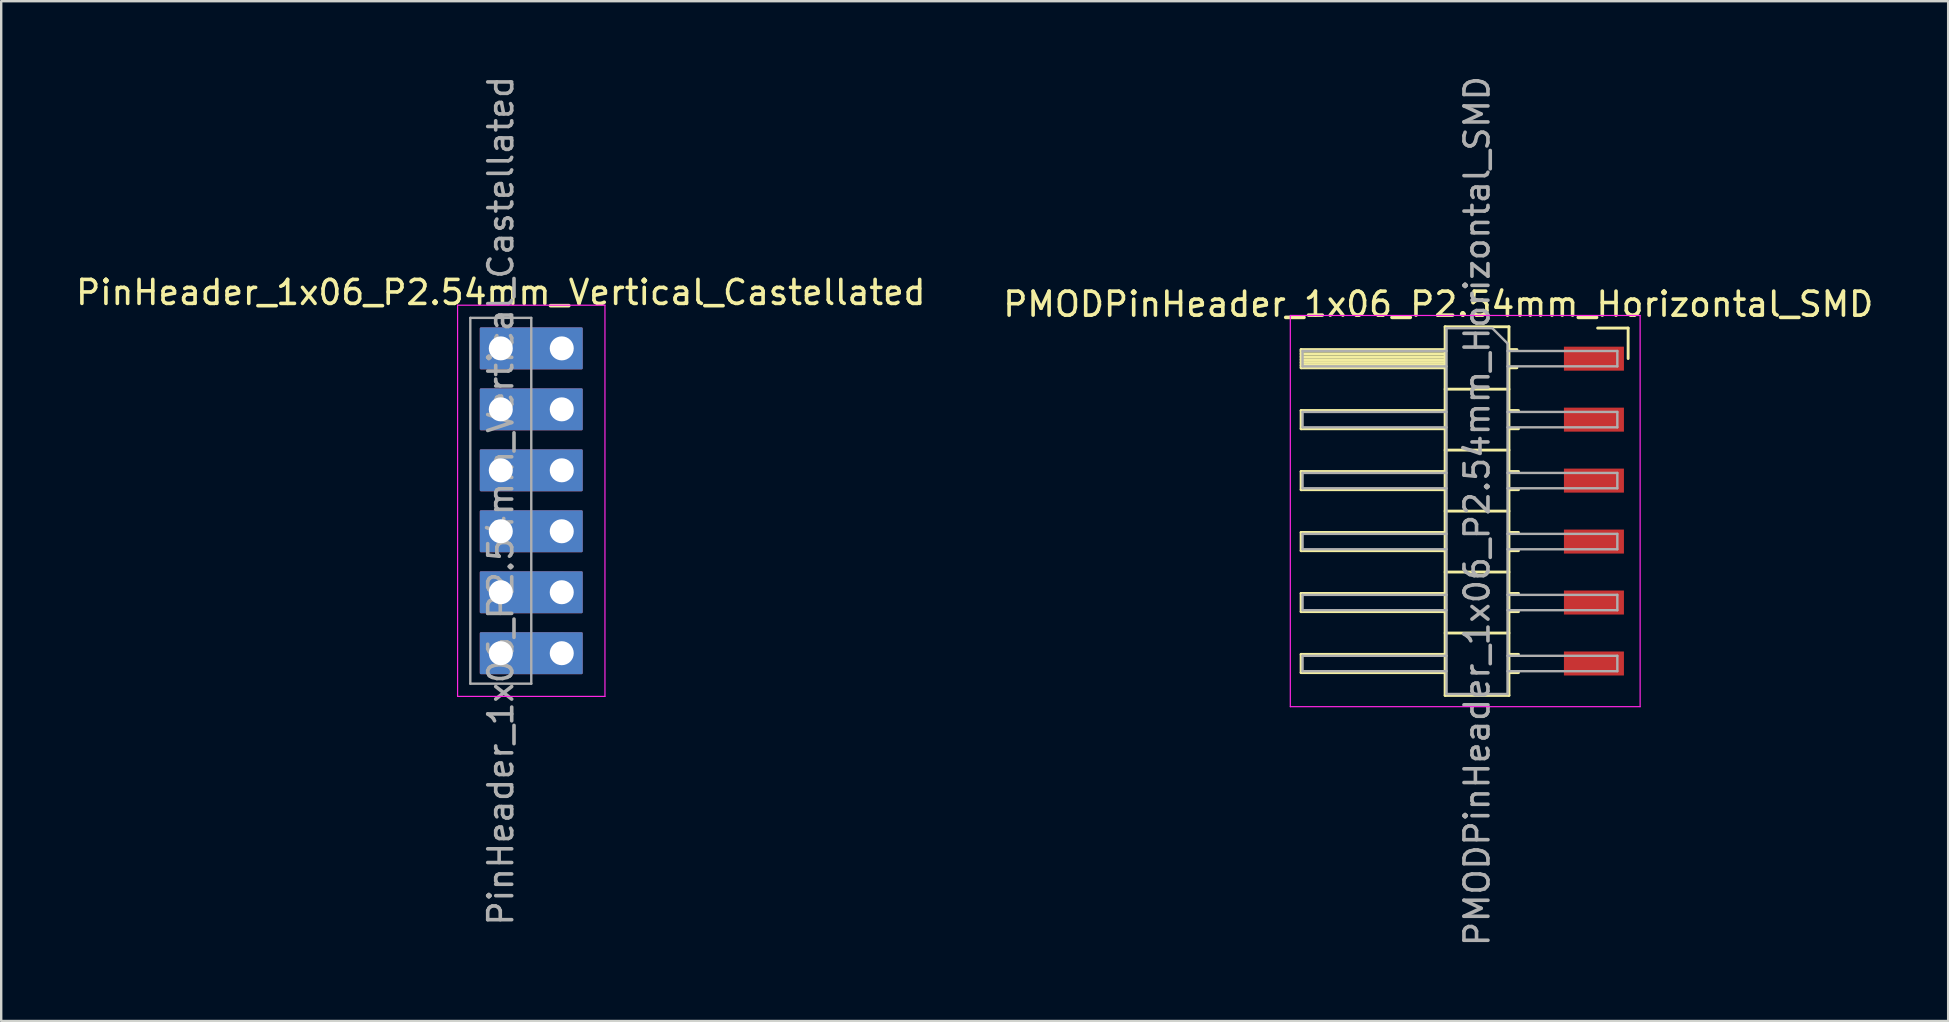
<source format=kicad_pcb>
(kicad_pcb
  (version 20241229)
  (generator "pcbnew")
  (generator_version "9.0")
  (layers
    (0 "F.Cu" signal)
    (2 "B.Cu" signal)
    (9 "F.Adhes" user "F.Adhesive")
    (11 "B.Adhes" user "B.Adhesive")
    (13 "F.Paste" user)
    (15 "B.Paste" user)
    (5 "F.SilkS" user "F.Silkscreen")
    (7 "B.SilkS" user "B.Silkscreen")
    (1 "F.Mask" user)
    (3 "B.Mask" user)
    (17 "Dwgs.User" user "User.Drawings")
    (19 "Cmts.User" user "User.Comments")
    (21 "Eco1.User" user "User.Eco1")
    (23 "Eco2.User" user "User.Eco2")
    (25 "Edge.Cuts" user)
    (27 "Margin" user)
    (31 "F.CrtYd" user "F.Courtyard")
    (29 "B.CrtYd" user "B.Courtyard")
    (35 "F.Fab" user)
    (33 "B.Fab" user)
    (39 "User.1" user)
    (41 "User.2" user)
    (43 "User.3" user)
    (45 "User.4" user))
  (footprint "PMODPinHeader_1x06_P2.54mm_Horizontal_SMD"
    (layer "F.Cu")
    (at 61.26 11.894)
    (property "Reference" "PMODPinHeader_1x06_P2.54mm_Horizontal_SMD" (at -4.385 -2.27 0) (layer "F.SilkS") (effects (font (size 1 1) (thickness 0.15))))
    (attr through_hole)
    (fp_line (start -10.1 -0.38) (end -10.1 0.38) (stroke (width 0.12) (type solid)) (layer "F.SilkS"))
    (fp_line (start -10.1 0.38) (end -4.1 0.38) (stroke (width 0.12) (type solid)) (layer "F.SilkS"))
    (fp_line (start -10.1 2.16) (end -10.1 2.92) (stroke (width 0.12) (type solid)) (layer "F.SilkS"))
    (fp_line (start -10.1 2.92) (end -4.1 2.92) (stroke (width 0.12) (type solid)) (layer "F.SilkS"))
    (fp_line (start -10.1 4.7) (end -10.1 5.46) (stroke (width 0.12) (type solid)) (layer "F.SilkS"))
    (fp_line (start -10.1 5.46) (end -4.1 5.46) (stroke (width 0.12) (type solid)) (layer "F.SilkS"))
    (fp_line (start -10.1 7.24) (end -10.1 8) (stroke (width 0.12) (type solid)) (layer "F.SilkS"))
    (fp_line (start -10.1 8) (end -4.1 8) (stroke (width 0.12) (type solid)) (layer "F.SilkS"))
    (fp_line (start -10.1 9.78) (end -10.1 10.54) (stroke (width 0.12) (type solid)) (layer "F.SilkS"))
    (fp_line (start -10.1 10.54) (end -4.1 10.54) (stroke (width 0.12) (type solid)) (layer "F.SilkS"))
    (fp_line (start -10.1 12.32) (end -10.1 13.08) (stroke (width 0.12) (type solid)) (layer "F.SilkS"))
    (fp_line (start -10.1 13.08) (end -4.1 13.08) (stroke (width 0.12) (type solid)) (layer "F.SilkS"))
    (fp_line (start -4.1 -1.33) (end -1.44 -1.33) (stroke (width 0.12) (type solid)) (layer "F.SilkS"))
    (fp_line (start -4.1 -0.38) (end -10.1 -0.38) (stroke (width 0.12) (type solid)) (layer "F.SilkS"))
    (fp_line (start -4.1 -0.32) (end -10.1 -0.32) (stroke (width 0.12) (type solid)) (layer "F.SilkS"))
    (fp_line (start -4.1 -0.2) (end -10.1 -0.2) (stroke (width 0.12) (type solid)) (layer "F.SilkS"))
    (fp_line (start -4.1 -0.08) (end -10.1 -0.08) (stroke (width 0.12) (type solid)) (layer "F.SilkS"))
    (fp_line (start -4.1 0.04) (end -10.1 0.04) (stroke (width 0.12) (type solid)) (layer "F.SilkS"))
    (fp_line (start -4.1 0.16) (end -10.1 0.16) (stroke (width 0.12) (type solid)) (layer "F.SilkS"))
    (fp_line (start -4.1 0.28) (end -10.1 0.28) (stroke (width 0.12) (type solid)) (layer "F.SilkS"))
    (fp_line (start -4.1 2.16) (end -10.1 2.16) (stroke (width 0.12) (type solid)) (layer "F.SilkS"))
    (fp_line (start -4.1 4.7) (end -10.1 4.7) (stroke (width 0.12) (type solid)) (layer "F.SilkS"))
    (fp_line (start -4.1 7.24) (end -10.1 7.24) (stroke (width 0.12) (type solid)) (layer "F.SilkS"))
    (fp_line (start -4.1 9.78) (end -10.1 9.78) (stroke (width 0.12) (type solid)) (layer "F.SilkS"))
    (fp_line (start -4.1 12.32) (end -10.1 12.32) (stroke (width 0.12) (type solid)) (layer "F.SilkS"))
    (fp_line (start -4.1 14.03) (end -4.1 -1.33) (stroke (width 0.12) (type solid)) (layer "F.SilkS"))
    (fp_line (start -1.44 -1.33) (end -1.44 14.03) (stroke (width 0.12) (type solid)) (layer "F.SilkS"))
    (fp_line (start -1.44 1.27) (end -4.1 1.27) (stroke (width 0.12) (type solid)) (layer "F.SilkS"))
    (fp_line (start -1.44 3.81) (end -4.1 3.81) (stroke (width 0.12) (type solid)) (layer "F.SilkS"))
    (fp_line (start -1.44 6.35) (end -4.1 6.35) (stroke (width 0.12) (type solid)) (layer "F.SilkS"))
    (fp_line (start -1.44 8.89) (end -4.1 8.89) (stroke (width 0.12) (type solid)) (layer "F.SilkS"))
    (fp_line (start -1.44 11.43) (end -4.1 11.43) (stroke (width 0.12) (type solid)) (layer "F.SilkS"))
    (fp_line (start -1.44 14.03) (end -4.1 14.03) (stroke (width 0.12) (type solid)) (layer "F.SilkS"))
    (fp_line (start -1.11 -0.38) (end -1.44 -0.38) (stroke (width 0.12) (type solid)) (layer "F.SilkS"))
    (fp_line (start -1.11 0.38) (end -1.44 0.38) (stroke (width 0.12) (type solid)) (layer "F.SilkS"))
    (fp_line (start -1.043 2.16) (end -1.44 2.16) (stroke (width 0.12) (type solid)) (layer "F.SilkS"))
    (fp_line (start -1.043 2.92) (end -1.44 2.92) (stroke (width 0.12) (type solid)) (layer "F.SilkS"))
    (fp_line (start -1.043 4.7) (end -1.44 4.7) (stroke (width 0.12) (type solid)) (layer "F.SilkS"))
    (fp_line (start -1.043 5.46) (end -1.44 5.46) (stroke (width 0.12) (type solid)) (layer "F.SilkS"))
    (fp_line (start -1.043 7.24) (end -1.44 7.24) (stroke (width 0.12) (type solid)) (layer "F.SilkS"))
    (fp_line (start -1.043 8) (end -1.44 8) (stroke (width 0.12) (type solid)) (layer "F.SilkS"))
    (fp_line (start -1.043 9.78) (end -1.44 9.78) (stroke (width 0.12) (type solid)) (layer "F.SilkS"))
    (fp_line (start -1.043 10.54) (end -1.44 10.54) (stroke (width 0.12) (type solid)) (layer "F.SilkS"))
    (fp_line (start -1.043 12.32) (end -1.44 12.32) (stroke (width 0.12) (type solid)) (layer "F.SilkS"))
    (fp_line (start -1.043 13.08) (end -1.44 13.08) (stroke (width 0.12) (type solid)) (layer "F.SilkS"))
    (fp_line (start 3.525 -1.275) (end 2.255 -1.275) (stroke (width 0.12) (type solid)) (layer "F.SilkS"))
    (fp_line (start 3.525 -0.005) (end 3.525 -1.275) (stroke (width 0.12) (type solid)) (layer "F.SilkS"))
    (fp_line (start -10.55 -1.8) (end 4.025 -1.8) (stroke (width 0.05) (type solid)) (layer "F.CrtYd"))
    (fp_line (start -10.55 14.5) (end -10.55 -1.8) (stroke (width 0.05) (type solid)) (layer "F.CrtYd"))
    (fp_line (start 4.025 -1.8) (end 4.025 14.5) (stroke (width 0.05) (type solid)) (layer "F.CrtYd"))
    (fp_line (start 4.025 14.5) (end -10.55 14.5) (stroke (width 0.05) (type solid)) (layer "F.CrtYd"))
    (fp_line (start -10.04 -0.32) (end -10.04 0.32) (stroke (width 0.1) (type solid)) (layer "F.Fab"))
    (fp_line (start -10.04 2.22) (end -10.04 2.86) (stroke (width 0.1) (type solid)) (layer "F.Fab"))
    (fp_line (start -10.04 4.76) (end -10.04 5.4) (stroke (width 0.1) (type solid)) (layer "F.Fab"))
    (fp_line (start -10.04 7.3) (end -10.04 7.94) (stroke (width 0.1) (type solid)) (layer "F.Fab"))
    (fp_line (start -10.04 9.84) (end -10.04 10.48) (stroke (width 0.1) (type solid)) (layer "F.Fab"))
    (fp_line (start -10.04 12.38) (end -10.04 13.02) (stroke (width 0.1) (type solid)) (layer "F.Fab"))
    (fp_line (start -4.04 -1.27) (end -4.04 13.97) (stroke (width 0.1) (type solid)) (layer "F.Fab"))
    (fp_line (start -4.04 -0.32) (end -10.04 -0.32) (stroke (width 0.1) (type solid)) (layer "F.Fab"))
    (fp_line (start -4.04 0.32) (end -10.04 0.32) (stroke (width 0.1) (type solid)) (layer "F.Fab"))
    (fp_line (start -4.04 2.22) (end -10.04 2.22) (stroke (width 0.1) (type solid)) (layer "F.Fab"))
    (fp_line (start -4.04 2.86) (end -10.04 2.86) (stroke (width 0.1) (type solid)) (layer "F.Fab"))
    (fp_line (start -4.04 4.76) (end -10.04 4.76) (stroke (width 0.1) (type solid)) (layer "F.Fab"))
    (fp_line (start -4.04 5.4) (end -10.04 5.4) (stroke (width 0.1) (type solid)) (layer "F.Fab"))
    (fp_line (start -4.04 7.3) (end -10.04 7.3) (stroke (width 0.1) (type solid)) (layer "F.Fab"))
    (fp_line (start -4.04 7.94) (end -10.04 7.94) (stroke (width 0.1) (type solid)) (layer "F.Fab"))
    (fp_line (start -4.04 9.84) (end -10.04 9.84) (stroke (width 0.1) (type solid)) (layer "F.Fab"))
    (fp_line (start -4.04 10.48) (end -10.04 10.48) (stroke (width 0.1) (type solid)) (layer "F.Fab"))
    (fp_line (start -4.04 12.38) (end -10.04 12.38) (stroke (width 0.1) (type solid)) (layer "F.Fab"))
    (fp_line (start -4.04 13.02) (end -10.04 13.02) (stroke (width 0.1) (type solid)) (layer "F.Fab"))
    (fp_line (start -4.04 13.97) (end -1.5 13.97) (stroke (width 0.1) (type solid)) (layer "F.Fab"))
    (fp_line (start -2.135 -1.27) (end -4.04 -1.27) (stroke (width 0.1) (type solid)) (layer "F.Fab"))
    (fp_line (start -1.5 -0.635) (end -2.135 -1.27) (stroke (width 0.1) (type solid)) (layer "F.Fab"))
    (fp_line (start -1.5 13.97) (end -1.5 -0.635) (stroke (width 0.1) (type solid)) (layer "F.Fab"))
    (fp_line (start 3.075 -0.32) (end -1.5 -0.32) (stroke (width 0.1) (type solid)) (layer "F.Fab"))
    (fp_line (start 3.075 -0.32) (end 3.075 0.32) (stroke (width 0.1) (type solid)) (layer "F.Fab"))
    (fp_line (start 3.075 0.32) (end -1.5 0.32) (stroke (width 0.1) (type solid)) (layer "F.Fab"))
    (fp_line (start 3.075 2.22) (end -1.5 2.22) (stroke (width 0.1) (type solid)) (layer "F.Fab"))
    (fp_line (start 3.075 2.22) (end 3.075 2.86) (stroke (width 0.1) (type solid)) (layer "F.Fab"))
    (fp_line (start 3.075 2.86) (end -1.5 2.86) (stroke (width 0.1) (type solid)) (layer "F.Fab"))
    (fp_line (start 3.075 4.76) (end -1.5 4.76) (stroke (width 0.1) (type solid)) (layer "F.Fab"))
    (fp_line (start 3.075 4.76) (end 3.075 5.4) (stroke (width 0.1) (type solid)) (layer "F.Fab"))
    (fp_line (start 3.075 5.4) (end -1.5 5.4) (stroke (width 0.1) (type solid)) (layer "F.Fab"))
    (fp_line (start 3.075 7.3) (end -1.5 7.3) (stroke (width 0.1) (type solid)) (layer "F.Fab"))
    (fp_line (start 3.075 7.3) (end 3.075 7.94) (stroke (width 0.1) (type solid)) (layer "F.Fab"))
    (fp_line (start 3.075 7.94) (end -1.5 7.94) (stroke (width 0.1) (type solid)) (layer "F.Fab"))
    (fp_line (start 3.075 9.84) (end -1.5 9.84) (stroke (width 0.1) (type solid)) (layer "F.Fab"))
    (fp_line (start 3.075 9.84) (end 3.075 10.48) (stroke (width 0.1) (type solid)) (layer "F.Fab"))
    (fp_line (start 3.075 10.48) (end -1.5 10.48) (stroke (width 0.1) (type solid)) (layer "F.Fab"))
    (fp_line (start 3.075 12.38) (end -1.5 12.38) (stroke (width 0.1) (type solid)) (layer "F.Fab"))
    (fp_line (start 3.075 12.38) (end 3.075 13.02) (stroke (width 0.1) (type solid)) (layer "F.Fab"))
    (fp_line (start 3.075 13.02) (end -1.5 13.02) (stroke (width 0.1) (type solid)) (layer "F.Fab"))
    (fp_text user "${REFERENCE}" (at -2.77 6.35 90) (layer "F.Fab") (effects (font (size 1 1) (thickness 0.15))))
    (pad "1" smd rect (at 2.1 0 90) (size 1 2.5) (layers "F.Cu" "F.Mask" "F.Paste"))
    (pad "2" smd rect (at 2.1 2.54 90) (size 1 2.5) (layers "F.Cu" "F.Mask" "F.Paste"))
    (pad "3" smd rect (at 2.1 5.08 90) (size 1 2.5) (layers "F.Cu" "F.Mask" "F.Paste"))
    (pad "4" smd rect (at 2.1 7.62 90) (size 1 2.5) (layers "F.Cu" "F.Mask" "F.Paste"))
    (pad "5" smd rect (at 2.1 10.16 90) (size 1 2.5) (layers "F.Cu" "F.Mask" "F.Paste"))
    (pad "6" smd rect (at 2.1 12.7 90) (size 1 2.5) (layers "F.Cu" "F.Mask" "F.Paste")))
  (footprint "PinHeader_1x06_P2.54mm_Vertical_Castellated"
    (layer "F.Cu")
    (at 17.815 11.465)
    (property "Reference" "PinHeader_1x06_P2.54mm_Vertical_Castellated" (at 0 -2.33 0) (layer "F.SilkS") (effects (font (size 1 1) (thickness 0.15))))
    (attr through_hole)
    (fp_poly (pts (xy -0.826 -0.826) (xy 3.365 -0.826) (xy 3.365 0.826) (xy -0.826 0.826)) (stroke (width 0.1) (type solid)) (fill yes) (layer "F.Cu"))
    (fp_poly (pts (xy -0.826 1.714) (xy 3.365 1.714) (xy 3.365 3.365) (xy -0.826 3.365)) (stroke (width 0.1) (type solid)) (fill yes) (layer "F.Cu"))
    (fp_poly (pts (xy -0.826 4.255) (xy 3.365 4.255) (xy 3.365 5.905) (xy -0.826 5.905)) (stroke (width 0.1) (type solid)) (fill yes) (layer "F.Cu"))
    (fp_poly (pts (xy -0.826 6.795) (xy 3.365 6.795) (xy 3.365 8.445) (xy -0.826 8.445)) (stroke (width 0.1) (type solid)) (fill yes) (layer "F.Cu"))
    (fp_poly (pts (xy -0.826 9.335) (xy 3.365 9.335) (xy 3.365 10.986) (xy -0.826 10.986)) (stroke (width 0.1) (type solid)) (fill yes) (layer "F.Cu"))
    (fp_poly (pts (xy -0.826 11.874) (xy 3.365 11.874) (xy 3.365 13.525) (xy -0.826 13.525)) (stroke (width 0.1) (type solid)) (fill yes) (layer "F.Cu"))
    (fp_poly (pts (xy -0.826 -0.826) (xy 3.365 -0.826) (xy 3.365 0.826) (xy -0.826 0.826)) (stroke (width 0.1) (type solid)) (fill yes) (layer "F.Mask"))
    (fp_poly (pts (xy -0.826 1.714) (xy 3.365 1.714) (xy 3.365 3.365) (xy -0.826 3.365)) (stroke (width 0.1) (type solid)) (fill yes) (layer "F.Mask"))
    (fp_poly (pts (xy -0.826 4.255) (xy 3.365 4.255) (xy 3.365 5.905) (xy -0.826 5.905)) (stroke (width 0.1) (type solid)) (fill yes) (layer "F.Mask"))
    (fp_poly (pts (xy -0.826 6.795) (xy 3.365 6.795) (xy 3.365 8.445) (xy -0.826 8.445)) (stroke (width 0.1) (type solid)) (fill yes) (layer "F.Mask"))
    (fp_poly (pts (xy -0.826 9.335) (xy 3.365 9.335) (xy 3.365 10.986) (xy -0.826 10.986)) (stroke (width 0.1) (type solid)) (fill yes) (layer "F.Mask"))
    (fp_poly (pts (xy -0.826 11.874) (xy 3.365 11.874) (xy 3.365 13.525) (xy -0.826 13.525)) (stroke (width 0.1) (type solid)) (fill yes) (layer "F.Mask"))
    (fp_poly (pts (xy -0.826 -0.826) (xy 3.365 -0.826) (xy 3.365 0.826) (xy -0.826 0.826)) (stroke (width 0.1) (type solid)) (fill yes) (layer "B.Cu"))
    (fp_poly (pts (xy -0.826 1.714) (xy 3.365 1.714) (xy 3.365 3.365) (xy -0.826 3.365)) (stroke (width 0.1) (type solid)) (fill yes) (layer "B.Cu"))
    (fp_poly (pts (xy -0.826 4.255) (xy 3.365 4.255) (xy 3.365 5.905) (xy -0.826 5.905)) (stroke (width 0.1) (type solid)) (fill yes) (layer "B.Cu"))
    (fp_poly (pts (xy -0.826 6.795) (xy 3.365 6.795) (xy 3.365 8.445) (xy -0.826 8.445)) (stroke (width 0.1) (type solid)) (fill yes) (layer "B.Cu"))
    (fp_poly (pts (xy -0.826 9.335) (xy 3.365 9.335) (xy 3.365 10.986) (xy -0.826 10.986)) (stroke (width 0.1) (type solid)) (fill yes) (layer "B.Cu"))
    (fp_poly (pts (xy -0.826 11.874) (xy 3.365 11.874) (xy 3.365 13.525) (xy -0.826 13.525)) (stroke (width 0.1) (type solid)) (fill yes) (layer "B.Cu"))
    (fp_poly (pts (xy -0.826 -0.826) (xy 3.365 -0.826) (xy 3.365 0.826) (xy -0.826 0.826)) (stroke (width 0.1) (type solid)) (fill yes) (layer "B.Mask"))
    (fp_poly (pts (xy -0.826 1.714) (xy 3.365 1.714) (xy 3.365 3.365) (xy -0.826 3.365)) (stroke (width 0.1) (type solid)) (fill yes) (layer "B.Mask"))
    (fp_poly (pts (xy -0.826 4.255) (xy 3.365 4.255) (xy 3.365 5.905) (xy -0.826 5.905)) (stroke (width 0.1) (type solid)) (fill yes) (layer "B.Mask"))
    (fp_poly (pts (xy -0.826 6.795) (xy 3.365 6.795) (xy 3.365 8.445) (xy -0.826 8.445)) (stroke (width 0.1) (type solid)) (fill yes) (layer "B.Mask"))
    (fp_poly (pts (xy -0.826 9.335) (xy 3.365 9.335) (xy 3.365 10.986) (xy -0.826 10.986)) (stroke (width 0.1) (type solid)) (fill yes) (layer "B.Mask"))
    (fp_poly (pts (xy -0.826 11.874) (xy 3.365 11.874) (xy 3.365 13.525) (xy -0.826 13.525)) (stroke (width 0.1) (type solid)) (fill yes) (layer "B.Mask"))
    (fp_line (start -1.8 -1.8) (end -1.8 14.5) (stroke (width 0.05) (type solid)) (layer "F.CrtYd"))
    (fp_line (start -1.8 14.5) (end 4.34 14.5) (stroke (width 0.05) (type solid)) (layer "F.CrtYd"))
    (fp_line (start 4.34 -1.8) (end -1.8 -1.8) (stroke (width 0.05) (type solid)) (layer "F.CrtYd"))
    (fp_line (start 4.34 14.5) (end 4.34 -1.8) (stroke (width 0.05) (type solid)) (layer "F.CrtYd"))
    (fp_line (start -1.27 -1.27) (end 1.27 -1.27) (stroke (width 0.1) (type solid)) (layer "F.Fab"))
    (fp_line (start -1.27 13.97) (end -1.27 -1.27) (stroke (width 0.1) (type solid)) (layer "F.Fab"))
    (fp_line (start 1.27 -1.27) (end 1.27 13.97) (stroke (width 0.1) (type solid)) (layer "F.Fab"))
    (fp_line (start 1.27 13.97) (end -1.27 13.97) (stroke (width 0.1) (type solid)) (layer "F.Fab"))
    (fp_text user "${REFERENCE}" (at 0 6.35 90) (layer "F.Fab") (effects (font (size 1 1) (thickness 0.15))))
    (pad "1" thru_hole circle (at 0 0) (size 1.7 1.7) (drill 1) (layers "*.Cu" "*.Mask"))
    (pad "1" thru_hole oval (at 2.54 0 90) (size 1.7 1.7) (drill 1) (layers "*.Cu" "*.Mask"))
    (pad "2" thru_hole oval (at 0 2.54) (size 1.7 1.7) (drill 1) (layers "*.Cu" "*.Mask"))
    (pad "2" thru_hole oval (at 2.54 2.54 90) (size 1.7 1.7) (drill 1) (layers "*.Cu" "*.Mask"))
    (pad "3" thru_hole oval (at 0 5.08 90) (size 1.7 1.7) (drill 1) (layers "*.Cu" "*.Mask"))
    (pad "3" thru_hole oval (at 2.54 5.08 90) (size 1.7 1.7) (drill 1) (layers "*.Cu" "*.Mask"))
    (pad "4" thru_hole oval (at 0 7.62) (size 1.7 1.7) (drill 1) (layers "*.Cu" "*.Mask"))
    (pad "4" thru_hole oval (at 2.54 7.62 90) (size 1.7 1.7) (drill 1) (layers "*.Cu" "*.Mask"))
    (pad "5" thru_hole oval (at 0 10.16) (size 1.7 1.7) (drill 1) (layers "*.Cu" "*.Mask"))
    (pad "5" thru_hole oval (at 2.54 10.16 90) (size 1.7 1.7) (drill 1) (layers "*.Cu" "*.Mask"))
    (pad "6" thru_hole oval (at 0 12.7 270) (size 1.7 1.7) (drill 1) (layers "*.Cu" "*.Mask"))
    (pad "6" thru_hole oval (at 2.54 12.7) (size 1.7 1.7) (drill 1) (layers "*.Cu" "*.Mask")))
  (gr_rect
    (start -3 -3)
    (end 78.119 39.488)
    (stroke (width 0.1) (type default))
    (fill no)
    (layer "Edge.Cuts")))
</source>
